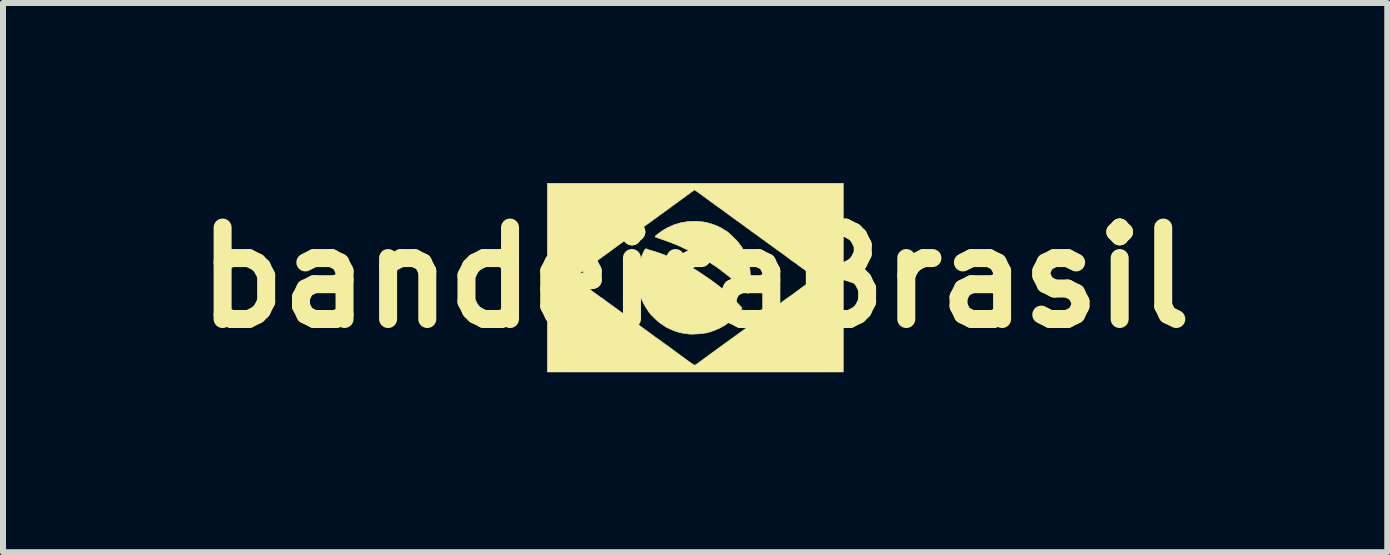
<source format=kicad_pcb>
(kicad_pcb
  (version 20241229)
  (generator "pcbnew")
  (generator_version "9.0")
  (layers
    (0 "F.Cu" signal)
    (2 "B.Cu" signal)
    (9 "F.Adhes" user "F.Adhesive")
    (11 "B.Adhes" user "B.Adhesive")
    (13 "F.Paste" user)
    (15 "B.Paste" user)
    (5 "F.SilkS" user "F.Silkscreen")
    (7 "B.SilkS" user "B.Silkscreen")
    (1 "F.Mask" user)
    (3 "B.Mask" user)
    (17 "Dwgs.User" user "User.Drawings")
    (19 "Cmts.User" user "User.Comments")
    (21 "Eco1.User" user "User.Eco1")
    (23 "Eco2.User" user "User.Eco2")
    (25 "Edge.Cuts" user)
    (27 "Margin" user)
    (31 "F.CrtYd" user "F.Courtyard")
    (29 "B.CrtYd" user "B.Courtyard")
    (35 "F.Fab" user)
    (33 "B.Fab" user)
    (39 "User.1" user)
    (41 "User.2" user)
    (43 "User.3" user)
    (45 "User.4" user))
  (footprint "bandeiraBrasil"
    (layer "F.Cu")
    (at 8.534 1.577)
    (property "Reference" "bandeiraBrasil" (at 0 0 0) (layer "F.SilkS") (effects (font (size 1.524 1.524) (thickness 0.3))))
    (attr through_hole)
    (fp_poly (pts (xy 0.133 -0.929) (xy 0.191 -0.918) (xy 0.254 -0.901) (xy 0.319 -0.879) (xy 0.381 -0.854) (xy 0.435 -0.827) (xy 0.475 -0.803) (xy 0.492 -0.791) (xy 0.503 -0.786) (xy 0.504 -0.786) (xy 0.516 -0.78) (xy 0.536 -0.765) (xy 0.563 -0.743) (xy 0.594 -0.715) (xy 0.627 -0.684) (xy 0.659 -0.652) (xy 0.689 -0.622) (xy 0.714 -0.594) (xy 0.731 -0.572) (xy 0.736 -0.565) (xy 0.75 -0.544) (xy 0.763 -0.528) (xy 0.778 -0.507) (xy 0.796 -0.475) (xy 0.816 -0.435) (xy 0.836 -0.391) (xy 0.856 -0.347) (xy 0.872 -0.305) (xy 0.881 -0.278) (xy 0.897 -0.221) (xy 0.909 -0.168) (xy 0.916 -0.117) (xy 0.919 -0.061) (xy 0.919 0.004) (xy 0.918 0.044) (xy 0.915 0.11) (xy 0.91 0.166) (xy 0.903 0.211) (xy 0.894 0.244) (xy 0.884 0.262) (xy 0.884 0.262) (xy 0.876 0.259) (xy 0.859 0.247) (xy 0.836 0.227) (xy 0.814 0.205) (xy 0.782 0.174) (xy 0.743 0.137) (xy 0.702 0.1) (xy 0.667 0.069) (xy 0.635 0.042) (xy 0.607 0.017) (xy 0.586 -0.002) (xy 0.573 -0.014) (xy 0.571 -0.015) (xy 0.558 -0.027) (xy 0.537 -0.043) (xy 0.521 -0.056) (xy 0.495 -0.075) (xy 0.464 -0.099) (xy 0.434 -0.122) (xy 0.397 -0.15) (xy 0.349 -0.184) (xy 0.293 -0.221) (xy 0.234 -0.26) (xy 0.174 -0.298) (xy 0.117 -0.333) (xy 0.065 -0.363) (xy 0.028 -0.384) (xy 0.004 -0.397) (xy -0.016 -0.408) (xy -0.024 -0.413) (xy -0.034 -0.418) (xy -0.056 -0.429) (xy -0.086 -0.443) (xy -0.122 -0.461) (xy -0.161 -0.479) (xy -0.2 -0.498) (xy -0.236 -0.515) (xy -0.266 -0.529) (xy -0.274 -0.532) (xy -0.328 -0.555) (xy -0.395 -0.582) (xy -0.472 -0.61) (xy -0.536 -0.633) (xy -0.578 -0.647) (xy -0.615 -0.66) (xy -0.643 -0.671) (xy -0.661 -0.677) (xy -0.666 -0.68) (xy -0.664 -0.688) (xy -0.651 -0.702) (xy -0.628 -0.721) (xy -0.598 -0.744) (xy -0.564 -0.768) (xy -0.528 -0.792) (xy -0.492 -0.814) (xy -0.463 -0.83) (xy -0.352 -0.88) (xy -0.236 -0.915) (xy -0.115 -0.935) (xy 0.009 -0.939) (xy 0.133 -0.929)) (stroke (width 0.01) (type solid)) (fill yes) (layer "F.SilkS"))
    (fp_poly (pts (xy -0.811 -0.479) (xy -0.81 -0.479) (xy -0.791 -0.473) (xy -0.782 -0.468) (xy -0.771 -0.464) (xy -0.749 -0.457) (xy -0.722 -0.449) (xy -0.691 -0.44) (xy -0.651 -0.428) (xy -0.607 -0.413) (xy -0.564 -0.398) (xy -0.526 -0.384) (xy -0.5 -0.374) (xy -0.483 -0.367) (xy -0.456 -0.357) (xy -0.426 -0.345) (xy -0.425 -0.344) (xy -0.4 -0.334) (xy -0.367 -0.32) (xy -0.327 -0.302) (xy -0.285 -0.283) (xy -0.244 -0.264) (xy -0.205 -0.246) (xy -0.173 -0.23) (xy -0.151 -0.219) (xy -0.143 -0.215) (xy -0.122 -0.202) (xy -0.092 -0.184) (xy -0.059 -0.166) (xy -0.029 -0.15) (xy -0.012 -0.141) (xy 0.013 -0.127) (xy 0.035 -0.114) (xy 0.039 -0.111) (xy 0.053 -0.102) (xy 0.076 -0.086) (xy 0.108 -0.065) (xy 0.145 -0.04) (xy 0.175 -0.02) (xy 0.271 0.046) (xy 0.357 0.11) (xy 0.435 0.171) (xy 0.485 0.214) (xy 0.513 0.239) (xy 0.539 0.262) (xy 0.56 0.28) (xy 0.566 0.286) (xy 0.583 0.301) (xy 0.607 0.324) (xy 0.635 0.352) (xy 0.665 0.382) (xy 0.695 0.413) (xy 0.724 0.442) (xy 0.748 0.468) (xy 0.766 0.488) (xy 0.777 0.5) (xy 0.778 0.502) (xy 0.773 0.513) (xy 0.76 0.533) (xy 0.741 0.559) (xy 0.718 0.588) (xy 0.693 0.618) (xy 0.669 0.645) (xy 0.661 0.654) (xy 0.624 0.689) (xy 0.583 0.726) (xy 0.54 0.76) (xy 0.502 0.789) (xy 0.484 0.8) (xy 0.413 0.839) (xy 0.337 0.873) (xy 0.259 0.901) (xy 0.187 0.921) (xy 0.168 0.924) (xy 0.134 0.929) (xy 0.091 0.934) (xy 0.045 0.937) (xy -0.002 0.94) (xy -0.045 0.941) (xy -0.08 0.941) (xy -0.099 0.94) (xy -0.119 0.937) (xy -0.148 0.933) (xy -0.181 0.929) (xy -0.187 0.928) (xy -0.226 0.921) (xy -0.272 0.91) (xy -0.313 0.898) (xy -0.316 0.897) (xy -0.351 0.884) (xy -0.389 0.868) (xy -0.426 0.852) (xy -0.46 0.836) (xy -0.485 0.823) (xy -0.496 0.816) (xy -0.507 0.808) (xy -0.526 0.795) (xy -0.534 0.79) (xy -0.56 0.773) (xy -0.585 0.755) (xy -0.589 0.752) (xy -0.607 0.738) (xy -0.631 0.717) (xy -0.66 0.69) (xy -0.69 0.66) (xy -0.719 0.632) (xy -0.742 0.607) (xy -0.758 0.588) (xy -0.762 0.584) (xy -0.794 0.536) (xy -0.819 0.498) (xy -0.838 0.466) (xy -0.855 0.436) (xy -0.862 0.421) (xy -0.875 0.395) (xy -0.885 0.374) (xy -0.889 0.363) (xy -0.889 0.363) (xy -0.892 0.353) (xy -0.9 0.334) (xy -0.905 0.323) (xy -0.913 0.302) (xy -0.922 0.27) (xy -0.932 0.231) (xy -0.941 0.194) (xy -0.958 0.075) (xy -0.96 -0.045) (xy -0.946 -0.165) (xy -0.917 -0.282) (xy -0.873 -0.397) (xy -0.855 -0.434) (xy -0.841 -0.46) (xy -0.831 -0.474) (xy -0.822 -0.48) (xy -0.811 -0.479)) (stroke (width 0.01) (type solid)) (fill yes) (layer "F.SilkS"))
    (fp_poly (pts (xy 2.469 1.572) (xy -2.461 1.572) (xy -2.461 -0.000048) (xy -2.02 -0.000048) (xy -1.999 0.018) (xy -1.983 0.031) (xy -1.958 0.049) (xy -1.929 0.071) (xy -1.917 0.079) (xy -1.887 0.101) (xy -1.858 0.122) (xy -1.836 0.139) (xy -1.83 0.143) (xy -1.81 0.157) (xy -1.783 0.176) (xy -1.754 0.198) (xy -1.745 0.205) (xy -1.712 0.229) (xy -1.673 0.257) (xy -1.633 0.286) (xy -1.617 0.298) (xy -1.588 0.319) (xy -1.563 0.336) (xy -1.546 0.346) (xy -1.54 0.349) (xy -1.531 0.355) (xy -1.531 0.355) (xy -1.523 0.363) (xy -1.506 0.377) (xy -1.48 0.396) (xy -1.45 0.418) (xy -1.417 0.441) (xy -1.401 0.453) (xy -1.386 0.463) (xy -1.361 0.481) (xy -1.33 0.504) (xy -1.295 0.53) (xy -1.284 0.538) (xy -1.24 0.57) (xy -1.191 0.606) (xy -1.143 0.642) (xy -1.103 0.671) (xy -1.074 0.692) (xy -1.046 0.712) (xy -1.016 0.734) (xy -0.983 0.758) (xy -0.945 0.785) (xy -0.899 0.819) (xy -0.845 0.858) (xy -0.78 0.906) (xy -0.779 0.906) (xy -0.75 0.927) (xy -0.724 0.947) (xy -0.704 0.962) (xy -0.7 0.965) (xy -0.683 0.978) (xy -0.658 0.995) (xy -0.63 1.015) (xy -0.625 1.018) (xy -0.599 1.036) (xy -0.576 1.052) (xy -0.562 1.063) (xy -0.56 1.065) (xy -0.547 1.075) (xy -0.526 1.09) (xy -0.508 1.103) (xy -0.48 1.122) (xy -0.454 1.141) (xy -0.441 1.151) (xy -0.424 1.163) (xy -0.398 1.182) (xy -0.366 1.206) (xy -0.331 1.231) (xy -0.324 1.236) (xy -0.284 1.266) (xy -0.236 1.301) (xy -0.186 1.337) (xy -0.139 1.372) (xy -0.127 1.381) (xy -0.091 1.407) (xy -0.058 1.43) (xy -0.032 1.447) (xy -0.015 1.458) (xy -0.009 1.46) (xy 0.003 1.456) (xy 0.022 1.445) (xy 0.026 1.442) (xy 0.043 1.43) (xy 0.068 1.411) (xy 0.1 1.388) (xy 0.131 1.365) (xy 0.165 1.34) (xy 0.199 1.316) (xy 0.227 1.295) (xy 0.244 1.283) (xy 0.257 1.273) (xy 0.273 1.261) (xy 0.293 1.247) (xy 0.318 1.229) (xy 0.35 1.205) (xy 0.391 1.175) (xy 0.443 1.138) (xy 0.464 1.122) (xy 0.495 1.1) (xy 0.522 1.08) (xy 0.543 1.066) (xy 0.552 1.059) (xy 0.563 1.051) (xy 0.585 1.035) (xy 0.615 1.013) (xy 0.65 0.988) (xy 0.68 0.966) (xy 0.786 0.889) (xy 0.88 0.821) (xy 0.962 0.762) (xy 1.031 0.712) (xy 1.089 0.67) (xy 1.135 0.636) (xy 1.17 0.611) (xy 1.194 0.593) (xy 1.206 0.583) (xy 1.227 0.568) (xy 1.255 0.547) (xy 1.287 0.524) (xy 1.298 0.516) (xy 1.331 0.493) (xy 1.37 0.464) (xy 1.412 0.434) (xy 1.44 0.413) (xy 1.477 0.386) (xy 1.515 0.358) (xy 1.55 0.334) (xy 1.572 0.318) (xy 1.6 0.299) (xy 1.627 0.28) (xy 1.646 0.266) (xy 1.647 0.265) (xy 1.681 0.239) (xy 1.725 0.207) (xy 1.775 0.17) (xy 1.816 0.141) (xy 1.846 0.119) (xy 1.881 0.095) (xy 1.915 0.069) (xy 1.946 0.046) (xy 1.97 0.028) (xy 1.984 0.016) (xy 2.004 -0.000445) (xy 1.984 -0.016) (xy 1.968 -0.028) (xy 1.942 -0.048) (xy 1.909 -0.072) (xy 1.871 -0.099) (xy 1.833 -0.127) (xy 1.797 -0.153) (xy 1.766 -0.175) (xy 1.75 -0.187) (xy 1.726 -0.204) (xy 1.706 -0.218) (xy 1.696 -0.227) (xy 1.683 -0.237) (xy 1.665 -0.249) (xy 1.663 -0.251) (xy 1.644 -0.263) (xy 1.617 -0.282) (xy 1.587 -0.304) (xy 1.558 -0.326) (xy 1.534 -0.344) (xy 1.523 -0.353) (xy 1.511 -0.362) (xy 1.489 -0.378) (xy 1.462 -0.398) (xy 1.445 -0.41) (xy 1.414 -0.432) (xy 1.386 -0.452) (xy 1.365 -0.467) (xy 1.357 -0.472) (xy 1.341 -0.484) (xy 1.317 -0.502) (xy 1.287 -0.523) (xy 1.27 -0.536) (xy 1.24 -0.557) (xy 1.214 -0.576) (xy 1.195 -0.59) (xy 1.188 -0.595) (xy 1.174 -0.605) (xy 1.151 -0.622) (xy 1.124 -0.642) (xy 1.117 -0.647) (xy 1.089 -0.668) (xy 1.061 -0.688) (xy 1.041 -0.703) (xy 1.038 -0.705) (xy 0.994 -0.736) (xy 0.961 -0.759) (xy 0.938 -0.776) (xy 0.923 -0.788) (xy 0.913 -0.795) (xy 0.913 -0.795) (xy 0.898 -0.807) (xy 0.878 -0.82) (xy 0.877 -0.821) (xy 0.859 -0.833) (xy 0.846 -0.843) (xy 0.846 -0.843) (xy 0.835 -0.852) (xy 0.815 -0.867) (xy 0.789 -0.885) (xy 0.762 -0.905) (xy 0.736 -0.924) (xy 0.735 -0.925) (xy 0.707 -0.945) (xy 0.67 -0.971) (xy 0.628 -1.002) (xy 0.585 -1.033) (xy 0.56 -1.052) (xy 0.531 -1.073) (xy 0.494 -1.1) (xy 0.454 -1.129) (xy 0.417 -1.156) (xy 0.378 -1.183) (xy 0.339 -1.211) (xy 0.304 -1.237) (xy 0.278 -1.256) (xy 0.206 -1.309) (xy 0.146 -1.353) (xy 0.097 -1.389) (xy 0.06 -1.415) (xy 0.034 -1.434) (xy 0.026 -1.44) (xy -0.008 -1.463) (xy -0.042 -1.44) (xy -0.062 -1.426) (xy -0.091 -1.405) (xy -0.124 -1.381) (xy -0.151 -1.361) (xy -0.182 -1.338) (xy -0.21 -1.317) (xy -0.232 -1.302) (xy -0.243 -1.294) (xy -0.255 -1.285) (xy -0.277 -1.269) (xy -0.307 -1.247) (xy -0.344 -1.221) (xy -0.383 -1.192) (xy -0.385 -1.191) (xy -0.425 -1.161) (xy -0.462 -1.134) (xy -0.494 -1.111) (xy -0.518 -1.093) (xy -0.531 -1.084) (xy -0.531 -1.083) (xy -0.548 -1.072) (xy -0.573 -1.054) (xy -0.602 -1.033) (xy -0.616 -1.022) (xy -0.644 -1.002) (xy -0.682 -0.975) (xy -0.724 -0.944) (xy -0.768 -0.912) (xy -0.794 -0.894) (xy -0.836 -0.863) (xy -0.879 -0.832) (xy -0.919 -0.803) (xy -0.951 -0.78) (xy -0.967 -0.768) (xy -0.996 -0.747) (xy -1.024 -0.727) (xy -1.045 -0.711) (xy -1.05 -0.708) (xy -1.068 -0.695) (xy -1.094 -0.676) (xy -1.124 -0.654) (xy -1.137 -0.644) (xy -1.167 -0.622) (xy -1.196 -0.601) (xy -1.219 -0.584) (xy -1.226 -0.579) (xy -1.245 -0.566) (xy -1.273 -0.546) (xy -1.303 -0.524) (xy -1.316 -0.514) (xy -1.346 -0.492) (xy -1.372 -0.473) (xy -1.398 -0.454) (xy -1.427 -0.433) (xy -1.462 -0.407) (xy -1.495 -0.384) (xy -1.529 -0.359) (xy -1.568 -0.33) (xy -1.602 -0.305) (xy -1.63 -0.285) (xy -1.656 -0.266) (xy -1.676 -0.252) (xy -1.679 -0.251) (xy -1.697 -0.238) (xy -1.71 -0.229) (xy -1.71 -0.228) (xy -1.72 -0.221) (xy -1.739 -0.207) (xy -1.766 -0.187) (xy -1.797 -0.165) (xy -1.798 -0.164) (xy -1.853 -0.124) (xy -1.903 -0.088) (xy -1.945 -0.058) (xy -1.977 -0.033) (xy -1.999 -0.017) (xy -2.003 -0.014) (xy -2.02 -0.000048) (xy -2.461 -0.000048) (xy -2.461 -1.572) (xy 2.469 -1.572) (xy 2.469 1.572)) (stroke (width 0.01) (type solid)) (fill yes) (layer "F.SilkS")))
  (gr_rect
    (start -3 -3)
    (end 20.069 6.153)
    (stroke (width 0.1) (type default))
    (fill no)
    (layer "Edge.Cuts")))
</source>
